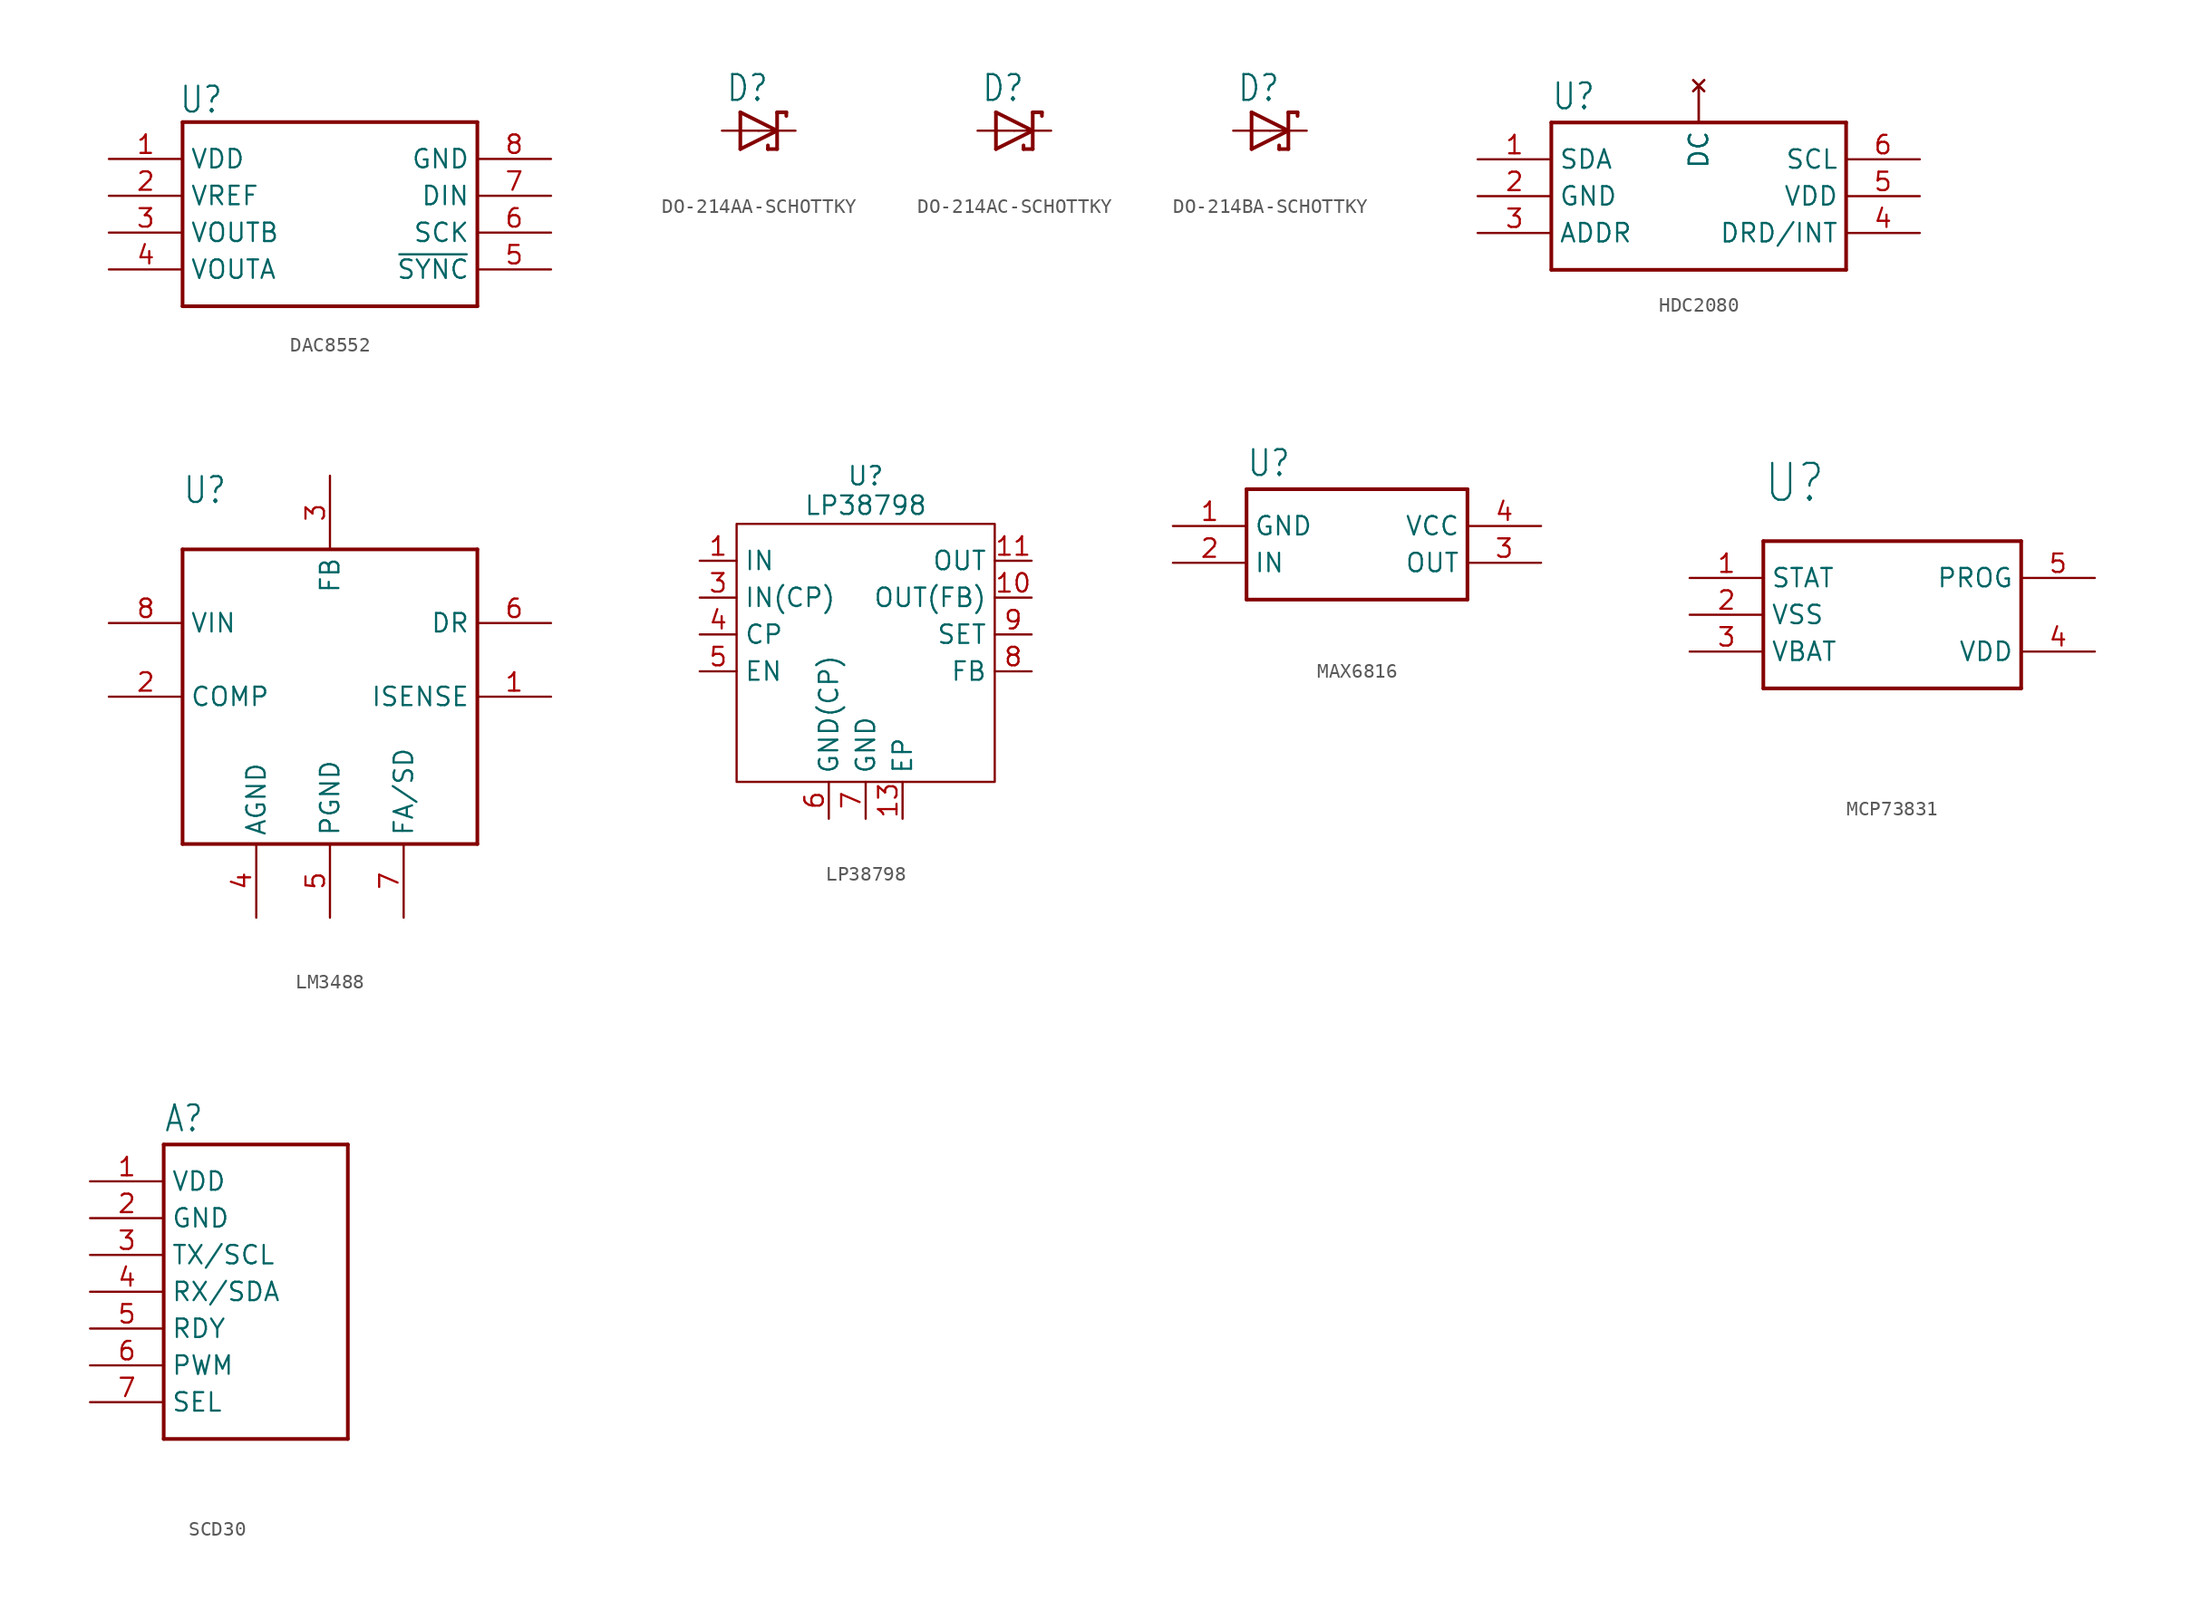
<source format=kicad_sym>
(kicad_symbol_lib
  (version 20231120)
  (generator "kicad_symbol_editor")
  (generator_version "8.0")
  (symbol "DAC8552"
    (property "Reference" "U"
      (at -10.414 8.128 0)
      (effects (font (size 1.778 1.511)) (justify left bottom)))
    (property "Value" ""
      (at 0.762 8.128 0)
      (effects (font (size 1.778 1.511)) (justify left bottom)))
    (property "ki_locked" ""
      (at 0 0 0)
      (effects (font (size 1.27 1.27))))
    (symbol "DAC8552_1_0"
      (polyline (pts (xy -10.16 -5.08) (xy 10.16 -5.08)) (stroke (width 0.254) (type solid)) (fill (type none)))
      (polyline (pts (xy -10.16 7.62) (xy -10.16 -5.08)) (stroke (width 0.254) (type solid)) (fill (type none)))
      (polyline (pts (xy 10.16 -5.08) (xy 10.16 7.62)) (stroke (width 0.254) (type solid)) (fill (type none)))
      (polyline (pts (xy 10.16 7.62) (xy -10.16 7.62)) (stroke (width 0.254) (type solid)) (fill (type none)))
      (pin power_in line (at -15.24 5.08 0) (length 5.08) (name "VDD" (effects (font (size 1.27 1.27)))) (number "1" (effects (font (size 1.27 1.27)))))
      (pin bidirectional line (at -15.24 2.54 0) (length 5.08) (name "VREF" (effects (font (size 1.27 1.27)))) (number "2" (effects (font (size 1.27 1.27)))))
      (pin bidirectional line (at -15.24 0 0) (length 5.08) (name "VOUTB" (effects (font (size 1.27 1.27)))) (number "3" (effects (font (size 1.27 1.27)))))
      (pin bidirectional line (at -15.24 -2.54 0) (length 5.08) (name "VOUTA" (effects (font (size 1.27 1.27)))) (number "4" (effects (font (size 1.27 1.27)))))
      (pin bidirectional line (at 15.24 -2.54 180) (length 5.08) (name "~{SYNC}" (effects (font (size 1.27 1.27)))) (number "5" (effects (font (size 1.27 1.27)))))
      (pin bidirectional line (at 15.24 0 180) (length 5.08) (name "SCK" (effects (font (size 1.27 1.27)))) (number "6" (effects (font (size 1.27 1.27)))))
      (pin bidirectional line (at 15.24 2.54 180) (length 5.08) (name "DIN" (effects (font (size 1.27 1.27)))) (number "7" (effects (font (size 1.27 1.27)))))
      (pin power_in line (at 15.24 5.08 180) (length 5.08) (name "GND" (effects (font (size 1.27 1.27)))) (number "8" (effects (font (size 1.27 1.27)))))))
  (symbol "DO-214AA-SCHOTTKY"
    (property "Reference" "D"
      (at -2.286 1.905 0)
      (effects (font (size 1.778 1.511)) (justify left bottom)))
    (property "Value" ""
      (at -2.286 -3.429 0)
      (effects (font (size 1.778 1.511)) (justify left bottom)))
    (property "ki_locked" ""
      (at 0 0 0)
      (effects (font (size 1.27 1.27))))
    (symbol "DO-214AA-SCHOTTKY_1_0"
      (polyline (pts (xy -1.27 -1.27) (xy 1.27 0)) (stroke (width 0.254) (type solid)) (fill (type none)))
      (polyline (pts (xy -1.27 1.27) (xy -1.27 -1.27)) (stroke (width 0.254) (type solid)) (fill (type none)))
      (polyline (pts (xy 0.635 -1.016) (xy 0.635 -1.27)) (stroke (width 0.254) (type solid)) (fill (type none)))
      (polyline (pts (xy 1.27 -1.27) (xy 0.635 -1.27)) (stroke (width 0.254) (type solid)) (fill (type none)))
      (polyline (pts (xy 1.27 0) (xy -1.27 1.27)) (stroke (width 0.254) (type solid)) (fill (type none)))
      (polyline (pts (xy 1.27 0) (xy 1.27 -1.27)) (stroke (width 0.254) (type solid)) (fill (type none)))
      (polyline (pts (xy 1.27 1.27) (xy 1.27 0)) (stroke (width 0.254) (type solid)) (fill (type none)))
      (polyline (pts (xy 1.905 1.27) (xy 1.27 1.27)) (stroke (width 0.254) (type solid)) (fill (type none)))
      (polyline (pts (xy 1.905 1.27) (xy 1.905 1.016)) (stroke (width 0.254) (type solid)) (fill (type none)))
      (pin passive line (at -2.54 0 0) (length 2.54) (name "A" (effects (font (size 0 0)))) (number "A" (effects (font (size 0 0)))))
      (pin passive line (at 2.54 0 180) (length 2.54) (name "C" (effects (font (size 0 0)))) (number "K" (effects (font (size 0 0)))))))
  (symbol "DO-214AC-SCHOTTKY"
    (property "Reference" "D"
      (at -2.286 1.905 0)
      (effects (font (size 1.778 1.511)) (justify left bottom)))
    (property "Value" ""
      (at -2.286 -3.429 0)
      (effects (font (size 1.778 1.511)) (justify left bottom)))
    (property "ki_locked" ""
      (at 0 0 0)
      (effects (font (size 1.27 1.27))))
    (symbol "DO-214AC-SCHOTTKY_1_0"
      (polyline (pts (xy -1.27 -1.27) (xy 1.27 0)) (stroke (width 0.254) (type solid)) (fill (type none)))
      (polyline (pts (xy -1.27 1.27) (xy -1.27 -1.27)) (stroke (width 0.254) (type solid)) (fill (type none)))
      (polyline (pts (xy 0.635 -1.016) (xy 0.635 -1.27)) (stroke (width 0.254) (type solid)) (fill (type none)))
      (polyline (pts (xy 1.27 -1.27) (xy 0.635 -1.27)) (stroke (width 0.254) (type solid)) (fill (type none)))
      (polyline (pts (xy 1.27 0) (xy -1.27 1.27)) (stroke (width 0.254) (type solid)) (fill (type none)))
      (polyline (pts (xy 1.27 0) (xy 1.27 -1.27)) (stroke (width 0.254) (type solid)) (fill (type none)))
      (polyline (pts (xy 1.27 1.27) (xy 1.27 0)) (stroke (width 0.254) (type solid)) (fill (type none)))
      (polyline (pts (xy 1.905 1.27) (xy 1.27 1.27)) (stroke (width 0.254) (type solid)) (fill (type none)))
      (polyline (pts (xy 1.905 1.27) (xy 1.905 1.016)) (stroke (width 0.254) (type solid)) (fill (type none)))
      (pin passive line (at -2.54 0 0) (length 2.54) (name "A" (effects (font (size 0 0)))) (number "A" (effects (font (size 0 0)))))
      (pin passive line (at 2.54 0 180) (length 2.54) (name "C" (effects (font (size 0 0)))) (number "C" (effects (font (size 0 0)))))))
  (symbol "DO-214BA-SCHOTTKY"
    (property "Reference" "D"
      (at -2.286 1.905 0)
      (effects (font (size 1.778 1.511)) (justify left bottom)))
    (property "Value" ""
      (at -2.286 -3.429 0)
      (effects (font (size 1.778 1.511)) (justify left bottom)))
    (property "ki_locked" ""
      (at 0 0 0)
      (effects (font (size 1.27 1.27))))
    (symbol "DO-214BA-SCHOTTKY_1_0"
      (polyline (pts (xy -1.27 -1.27) (xy 1.27 0)) (stroke (width 0.254) (type solid)) (fill (type none)))
      (polyline (pts (xy -1.27 1.27) (xy -1.27 -1.27)) (stroke (width 0.254) (type solid)) (fill (type none)))
      (polyline (pts (xy 0.635 -1.016) (xy 0.635 -1.27)) (stroke (width 0.254) (type solid)) (fill (type none)))
      (polyline (pts (xy 1.27 -1.27) (xy 0.635 -1.27)) (stroke (width 0.254) (type solid)) (fill (type none)))
      (polyline (pts (xy 1.27 0) (xy -1.27 1.27)) (stroke (width 0.254) (type solid)) (fill (type none)))
      (polyline (pts (xy 1.27 0) (xy 1.27 -1.27)) (stroke (width 0.254) (type solid)) (fill (type none)))
      (polyline (pts (xy 1.27 1.27) (xy 1.27 0)) (stroke (width 0.254) (type solid)) (fill (type none)))
      (polyline (pts (xy 1.905 1.27) (xy 1.27 1.27)) (stroke (width 0.254) (type solid)) (fill (type none)))
      (polyline (pts (xy 1.905 1.27) (xy 1.905 1.016)) (stroke (width 0.254) (type solid)) (fill (type none)))
      (pin passive line (at -2.54 0 0) (length 2.54) (name "A" (effects (font (size 0 0)))) (number "A" (effects (font (size 0 0)))))
      (pin passive line (at 2.54 0 180) (length 2.54) (name "C" (effects (font (size 0 0)))) (number "C" (effects (font (size 0 0)))))))
  (symbol "HDC2080"
    (property "Reference" "U"
      (at -10.16 5.842 0)
      (effects (font (size 1.778 1.511)) (justify left bottom)))
    (property "Value" ""
      (at 1.016 5.842 0)
      (effects (font (size 1.778 1.511)) (justify left bottom)))
    (property "ki_locked" ""
      (at 0 0 0)
      (effects (font (size 1.27 1.27))))
    (symbol "HDC2080_1_0"
      (polyline (pts (xy -10.16 -5.08) (xy 10.16 -5.08)) (stroke (width 0.254) (type solid)) (fill (type none)))
      (polyline (pts (xy -10.16 5.08) (xy -10.16 -5.08)) (stroke (width 0.254) (type solid)) (fill (type none)))
      (polyline (pts (xy 10.16 -5.08) (xy 10.16 5.08)) (stroke (width 0.254) (type solid)) (fill (type none)))
      (polyline (pts (xy 10.16 5.08) (xy -10.16 5.08)) (stroke (width 0.254) (type solid)) (fill (type none)))
      (pin bidirectional line (at -15.24 2.54 0) (length 5.08) (name "SDA" (effects (font (size 1.27 1.27)))) (number "1" (effects (font (size 1.27 1.27)))))
      (pin power_in line (at -15.24 0 0) (length 5.08) (name "GND" (effects (font (size 1.27 1.27)))) (number "2" (effects (font (size 1.27 1.27)))))
      (pin bidirectional line (at -15.24 -2.54 0) (length 5.08) (name "ADDR" (effects (font (size 1.27 1.27)))) (number "3" (effects (font (size 1.27 1.27)))))
      (pin bidirectional line (at 15.24 -2.54 180) (length 5.08) (name "DRD/INT" (effects (font (size 1.27 1.27)))) (number "4" (effects (font (size 1.27 1.27)))))
      (pin power_in line (at 15.24 0 180) (length 5.08) (name "VDD" (effects (font (size 1.27 1.27)))) (number "5" (effects (font (size 1.27 1.27)))))
      (pin bidirectional line (at 15.24 2.54 180) (length 5.08) (name "SCL" (effects (font (size 1.27 1.27)))) (number "6" (effects (font (size 1.27 1.27)))))
      (pin no_connect line (at 0 7.62 270) (length 2.54) (name "DC" (effects (font (size 1.27 1.27)))) (number "T1" (effects (font (size 0 0)))))
      (pin no_connect line (at 0 7.62 270) (length 2.54) (name "DC" (effects (font (size 1.27 1.27)))) (number "T2" (effects (font (size 0 0)))))))
  (symbol "LM3488"
    (property "Reference" "U"
      (at -10.16 13.208 0)
      (effects (font (size 1.778 1.511)) (justify left bottom)))
    (property "Value" ""
      (at -10.16 10.922 0)
      (effects (font (size 1.778 1.511)) (justify left bottom)))
    (property "ki_locked" ""
      (at 0 0 0)
      (effects (font (size 1.27 1.27))))
    (symbol "LM3488_1_0"
      (polyline (pts (xy -10.16 -10.16) (xy 10.16 -10.16)) (stroke (width 0.254) (type solid)) (fill (type none)))
      (polyline (pts (xy -10.16 10.16) (xy -10.16 -10.16)) (stroke (width 0.254) (type solid)) (fill (type none)))
      (polyline (pts (xy 10.16 -10.16) (xy 10.16 10.16)) (stroke (width 0.254) (type solid)) (fill (type none)))
      (polyline (pts (xy 10.16 10.16) (xy -10.16 10.16)) (stroke (width 0.254) (type solid)) (fill (type none)))
      (pin bidirectional line (at 15.24 0 180) (length 5.08) (name "ISENSE" (effects (font (size 1.27 1.27)))) (number "1" (effects (font (size 1.27 1.27)))))
      (pin bidirectional line (at -15.24 0 0) (length 5.08) (name "COMP" (effects (font (size 1.27 1.27)))) (number "2" (effects (font (size 1.27 1.27)))))
      (pin bidirectional line (at 0 15.24 270) (length 5.08) (name "FB" (effects (font (size 1.27 1.27)))) (number "3" (effects (font (size 1.27 1.27)))))
      (pin bidirectional line (at -5.08 -15.24 90) (length 5.08) (name "AGND" (effects (font (size 1.27 1.27)))) (number "4" (effects (font (size 1.27 1.27)))))
      (pin bidirectional line (at 0 -15.24 90) (length 5.08) (name "PGND" (effects (font (size 1.27 1.27)))) (number "5" (effects (font (size 1.27 1.27)))))
      (pin bidirectional line (at 15.24 5.08 180) (length 5.08) (name "DR" (effects (font (size 1.27 1.27)))) (number "6" (effects (font (size 1.27 1.27)))))
      (pin bidirectional line (at 5.08 -15.24 90) (length 5.08) (name "FA/SD" (effects (font (size 1.27 1.27)))) (number "7" (effects (font (size 1.27 1.27)))))
      (pin bidirectional line (at -15.24 5.08 0) (length 5.08) (name "VIN" (effects (font (size 1.27 1.27)))) (number "8" (effects (font (size 1.27 1.27)))))))
  (symbol "LP38798"
    (property "Reference" "U"
      (at 0 12.192 0)
      (effects (font (size 1.27 1.27))))
    (property "Value" "LP38798"
      (at 0 10.16 0)
      (effects (font (size 1.27 1.27))))
    (symbol "LP38798_0_0"
      (pin power_in line (at -11.43 6.35 0) (length 2.54) (name "IN" (effects (font (size 1.27 1.27)))) (number "1" (effects (font (size 1.27 1.27)))))
      (pin input line (at 11.43 3.81 180) (length 2.54) (name "OUT(FB)" (effects (font (size 1.27 1.27)))) (number "10" (effects (font (size 1.27 1.27)))))
      (pin power_out line (at 11.43 6.35 180) (length 2.54) (name "OUT" (effects (font (size 1.27 1.27)))) (number "11" (effects (font (size 1.27 1.27)))))
      (pin passive line (at 11.43 6.35 180) (length 2.54) hide (name "OUT" (effects (font (size 1.27 1.27)))) (number "12" (effects (font (size 1.27 1.27)))))
      (pin passive line (at 2.54 -11.43 90) (length 2.54) (name "EP" (effects (font (size 1.27 1.27)))) (number "13" (effects (font (size 1.27 1.27)))))
      (pin passive line (at -11.43 6.35 0) (length 2.54) hide (name "IN" (effects (font (size 1.27 1.27)))) (number "2" (effects (font (size 1.27 1.27)))))
      (pin power_in line (at -11.43 3.81 0) (length 2.54) (name "IN(CP)" (effects (font (size 1.27 1.27)))) (number "3" (effects (font (size 1.27 1.27)))))
      (pin passive line (at -11.43 1.27 0) (length 2.54) (name "CP" (effects (font (size 1.27 1.27)))) (number "4" (effects (font (size 1.27 1.27)))))
      (pin input line (at -11.43 -1.27 0) (length 2.54) (name "EN" (effects (font (size 1.27 1.27)))) (number "5" (effects (font (size 1.27 1.27)))))
      (pin power_in line (at -2.54 -11.43 90) (length 2.54) (name "GND(CP)" (effects (font (size 1.27 1.27)))) (number "6" (effects (font (size 1.27 1.27)))))
      (pin power_in line (at 0 -11.43 90) (length 2.54) (name "GND" (effects (font (size 1.27 1.27)))) (number "7" (effects (font (size 1.27 1.27)))))
      (pin input line (at 11.43 -1.27 180) (length 2.54) (name "FB" (effects (font (size 1.27 1.27)))) (number "8" (effects (font (size 1.27 1.27)))))
      (pin bidirectional line (at 11.43 1.27 180) (length 2.54) (name "SET" (effects (font (size 1.27 1.27)))) (number "9" (effects (font (size 1.27 1.27))))))
    (symbol "LP38798_0_1"
      (rectangle (start -8.89 8.89) (end 8.89 -8.89) (stroke (width 0) (type default)) (fill (type none)))))
  (symbol "MAX6816"
    (property "Reference" "U"
      (at -7.62 5.842 0)
      (effects (font (size 1.778 1.511)) (justify left bottom)))
    (property "Value" ""
      (at -7.62 -5.08 0)
      (effects (font (size 1.778 1.511)) (justify left bottom)))
    (property "ki_locked" ""
      (at 0 0 0)
      (effects (font (size 1.27 1.27))))
    (symbol "MAX6816_1_0"
      (polyline (pts (xy -7.62 -2.54) (xy 7.62 -2.54)) (stroke (width 0.254) (type solid)) (fill (type none)))
      (polyline (pts (xy -7.62 5.08) (xy -7.62 -2.54)) (stroke (width 0.254) (type solid)) (fill (type none)))
      (polyline (pts (xy 7.62 -2.54) (xy 7.62 5.08)) (stroke (width 0.254) (type solid)) (fill (type none)))
      (polyline (pts (xy 7.62 5.08) (xy -7.62 5.08)) (stroke (width 0.254) (type solid)) (fill (type none)))
      (pin bidirectional line (at -12.7 2.54 0) (length 5.08) (name "GND" (effects (font (size 1.27 1.27)))) (number "1" (effects (font (size 1.27 1.27)))))
      (pin bidirectional line (at -12.7 0 0) (length 5.08) (name "IN" (effects (font (size 1.27 1.27)))) (number "2" (effects (font (size 1.27 1.27)))))
      (pin bidirectional line (at 12.7 0 180) (length 5.08) (name "OUT" (effects (font (size 1.27 1.27)))) (number "3" (effects (font (size 1.27 1.27)))))
      (pin bidirectional line (at 12.7 2.54 180) (length 5.08) (name "VCC" (effects (font (size 1.27 1.27)))) (number "4" (effects (font (size 1.27 1.27)))))))
  (symbol "MCP73831"
    (property "Reference" "U"
      (at -5.08 10.16 0)
      (effects (font (size 2.54 2.159)) (justify left bottom)))
    (property "Value" ""
      (at -5.08 -7.62 0)
      (effects (font (size 2.54 2.159)) (justify left bottom)))
    (property "ki_locked" ""
      (at 0 0 0)
      (effects (font (size 1.27 1.27))))
    (symbol "MCP73831_1_0"
      (polyline (pts (xy -5.08 -2.54) (xy 12.7 -2.54)) (stroke (width 0.254) (type solid)) (fill (type none)))
      (polyline (pts (xy -5.08 7.62) (xy -5.08 -2.54)) (stroke (width 0.254) (type solid)) (fill (type none)))
      (polyline (pts (xy 12.7 -2.54) (xy 12.7 7.62)) (stroke (width 0.254) (type solid)) (fill (type none)))
      (polyline (pts (xy 12.7 7.62) (xy -5.08 7.62)) (stroke (width 0.254) (type solid)) (fill (type none)))
      (pin bidirectional line (at -10.16 5.08 0) (length 5.08) (name "STAT" (effects (font (size 1.27 1.27)))) (number "1" (effects (font (size 1.27 1.27)))))
      (pin power_in line (at -10.16 2.54 0) (length 5.08) (name "VSS" (effects (font (size 1.27 1.27)))) (number "2" (effects (font (size 1.27 1.27)))))
      (pin power_in line (at -10.16 0 0) (length 5.08) (name "VBAT" (effects (font (size 1.27 1.27)))) (number "3" (effects (font (size 1.27 1.27)))))
      (pin power_in line (at 17.78 0 180) (length 5.08) (name "VDD" (effects (font (size 1.27 1.27)))) (number "4" (effects (font (size 1.27 1.27)))))
      (pin bidirectional line (at 17.78 5.08 180) (length 5.08) (name "PROG" (effects (font (size 1.27 1.27)))) (number "5" (effects (font (size 1.27 1.27)))))))
  (symbol "SCD30"
    (property "Reference" "A"
      (at -5.08 10.922 0)
      (effects (font (size 1.778 1.511)) (justify left bottom)))
    (property "Value" ""
      (at -5.08 -12.7 0)
      (effects (font (size 1.778 1.511)) (justify left bottom)))
    (property "ki_locked" ""
      (at 0 0 0)
      (effects (font (size 1.27 1.27))))
    (symbol "SCD30_1_0"
      (polyline (pts (xy -5.08 -10.16) (xy -5.08 10.16)) (stroke (width 0.254) (type solid)) (fill (type none)))
      (polyline (pts (xy -5.08 10.16) (xy 7.62 10.16)) (stroke (width 0.254) (type solid)) (fill (type none)))
      (polyline (pts (xy 7.62 -10.16) (xy -5.08 -10.16)) (stroke (width 0.254) (type solid)) (fill (type none)))
      (polyline (pts (xy 7.62 10.16) (xy 7.62 -10.16)) (stroke (width 0.254) (type solid)) (fill (type none)))
      (pin bidirectional line (at -10.16 7.62 0) (length 5.08) (name "VDD" (effects (font (size 1.27 1.27)))) (number "1" (effects (font (size 1.27 1.27)))))
      (pin bidirectional line (at -10.16 5.08 0) (length 5.08) (name "GND" (effects (font (size 1.27 1.27)))) (number "2" (effects (font (size 1.27 1.27)))))
      (pin bidirectional line (at -10.16 2.54 0) (length 5.08) (name "TX/SCL" (effects (font (size 1.27 1.27)))) (number "3" (effects (font (size 1.27 1.27)))))
      (pin bidirectional line (at -10.16 0 0) (length 5.08) (name "RX/SDA" (effects (font (size 1.27 1.27)))) (number "4" (effects (font (size 1.27 1.27)))))
      (pin bidirectional line (at -10.16 -2.54 0) (length 5.08) (name "RDY" (effects (font (size 1.27 1.27)))) (number "5" (effects (font (size 1.27 1.27)))))
      (pin bidirectional line (at -10.16 -5.08 0) (length 5.08) (name "PWM" (effects (font (size 1.27 1.27)))) (number "6" (effects (font (size 1.27 1.27)))))
      (pin bidirectional line (at -10.16 -7.62 0) (length 5.08) (name "SEL" (effects (font (size 1.27 1.27)))) (number "7" (effects (font (size 1.27 1.27))))))))
</source>
